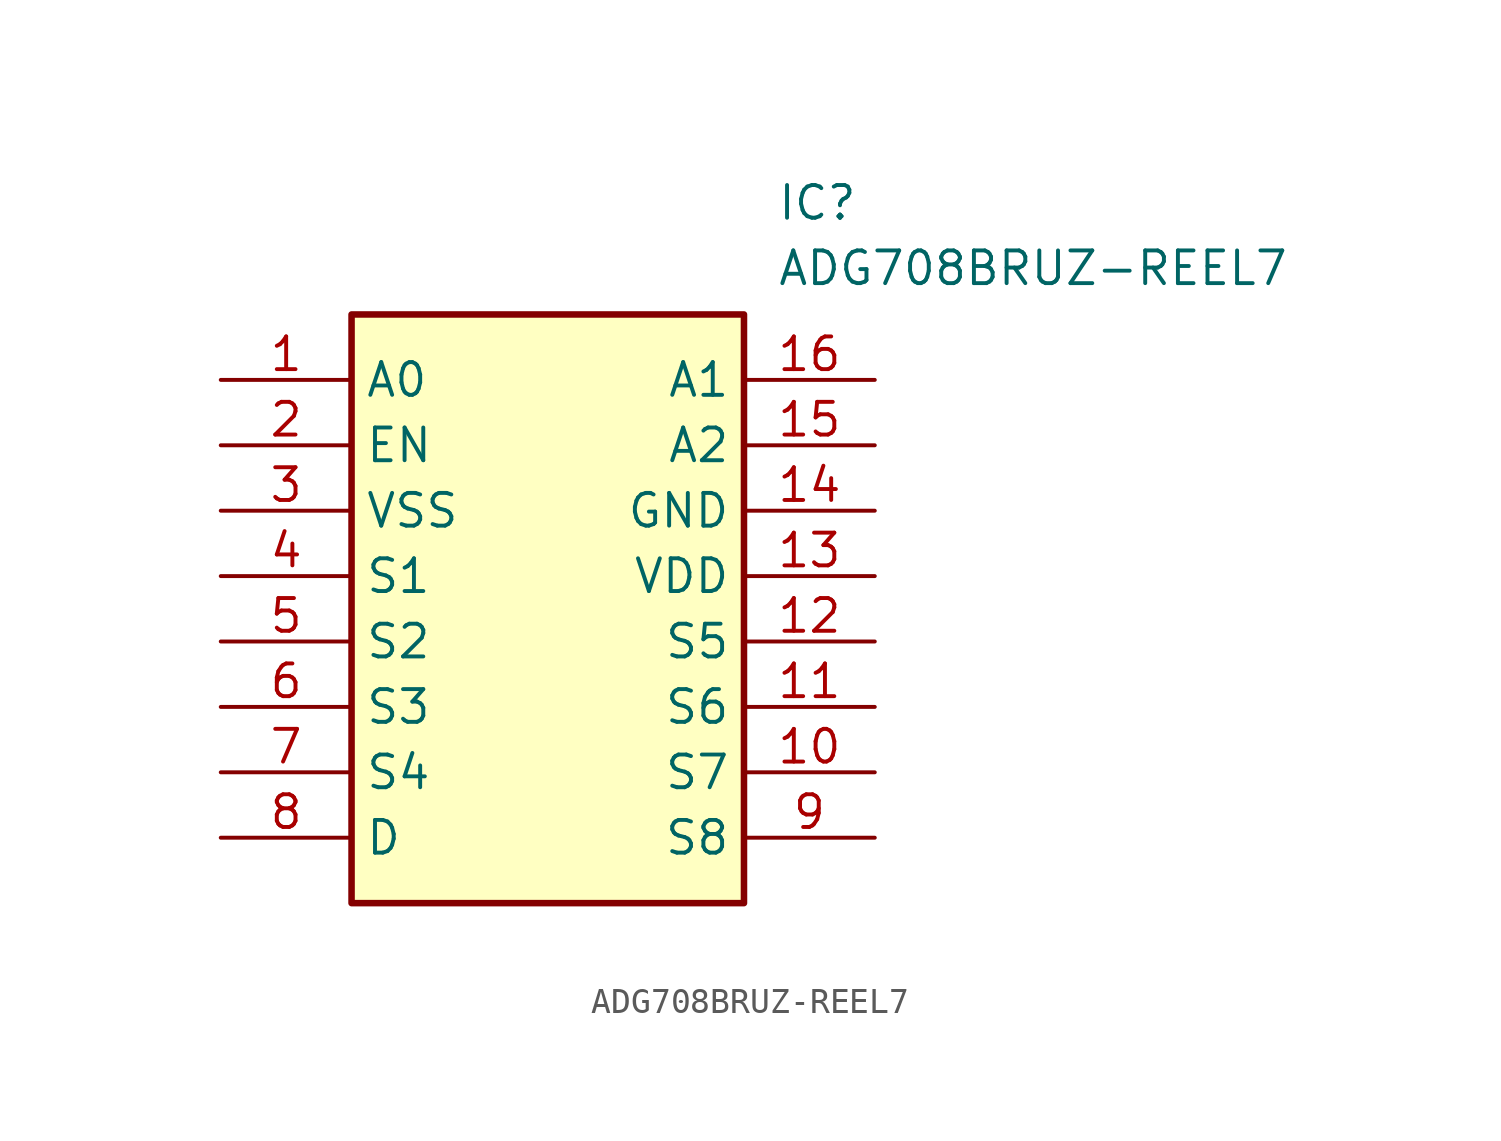
<source format=kicad_sym>
(kicad_symbol_lib
  (version 20211014)
  (generator SamacSys_ECAD_Model)
  (symbol "ADG708BRUZ-REEL7"
    (property "Reference" "IC"
      (at 21.59 7.62 0)
      (effects (font (size 1.27 1.27)) (justify left top)))
    (property "Value" "ADG708BRUZ-REEL7"
      (at 21.59 5.08 0)
      (effects (font (size 1.27 1.27)) (justify left top)))
    (rectangle
      (start 5.08 2.54)
      (end 20.32 -20.32)
      (stroke (width 0.254) (type default))
      (fill (type background)))
    (pin passive line
      (at 0 0 0)
      (length 5.08)
      (name "A0" (effects (font (size 1.27 1.27))))
      (number "1" (effects (font (size 1.27 1.27)))))
    (pin passive line
      (at 0 -2.54 0)
      (length 5.08)
      (name "EN" (effects (font (size 1.27 1.27))))
      (number "2" (effects (font (size 1.27 1.27)))))
    (pin passive line
      (at 0 -5.08 0)
      (length 5.08)
      (name "VSS" (effects (font (size 1.27 1.27))))
      (number "3" (effects (font (size 1.27 1.27)))))
    (pin passive line
      (at 0 -7.62 0)
      (length 5.08)
      (name "S1" (effects (font (size 1.27 1.27))))
      (number "4" (effects (font (size 1.27 1.27)))))
    (pin passive line
      (at 0 -10.16 0)
      (length 5.08)
      (name "S2" (effects (font (size 1.27 1.27))))
      (number "5" (effects (font (size 1.27 1.27)))))
    (pin passive line
      (at 0 -12.7 0)
      (length 5.08)
      (name "S3" (effects (font (size 1.27 1.27))))
      (number "6" (effects (font (size 1.27 1.27)))))
    (pin passive line
      (at 0 -15.24 0)
      (length 5.08)
      (name "S4" (effects (font (size 1.27 1.27))))
      (number "7" (effects (font (size 1.27 1.27)))))
    (pin passive line
      (at 0 -17.78 0)
      (length 5.08)
      (name "D" (effects (font (size 1.27 1.27))))
      (number "8" (effects (font (size 1.27 1.27)))))
    (pin passive line
      (at 25.4 0 180)
      (length 5.08)
      (name "A1" (effects (font (size 1.27 1.27))))
      (number "16" (effects (font (size 1.27 1.27)))))
    (pin passive line
      (at 25.4 -2.54 180)
      (length 5.08)
      (name "A2" (effects (font (size 1.27 1.27))))
      (number "15" (effects (font (size 1.27 1.27)))))
    (pin passive line
      (at 25.4 -5.08 180)
      (length 5.08)
      (name "GND" (effects (font (size 1.27 1.27))))
      (number "14" (effects (font (size 1.27 1.27)))))
    (pin passive line
      (at 25.4 -7.62 180)
      (length 5.08)
      (name "VDD" (effects (font (size 1.27 1.27))))
      (number "13" (effects (font (size 1.27 1.27)))))
    (pin passive line
      (at 25.4 -10.16 180)
      (length 5.08)
      (name "S5" (effects (font (size 1.27 1.27))))
      (number "12" (effects (font (size 1.27 1.27)))))
    (pin passive line
      (at 25.4 -12.7 180)
      (length 5.08)
      (name "S6" (effects (font (size 1.27 1.27))))
      (number "11" (effects (font (size 1.27 1.27)))))
    (pin passive line
      (at 25.4 -15.24 180)
      (length 5.08)
      (name "S7" (effects (font (size 1.27 1.27))))
      (number "10" (effects (font (size 1.27 1.27)))))
    (pin passive line
      (at 25.4 -17.78 180)
      (length 5.08)
      (name "S8" (effects (font (size 1.27 1.27))))
      (number "9" (effects (font (size 1.27 1.27)))))))
</source>
